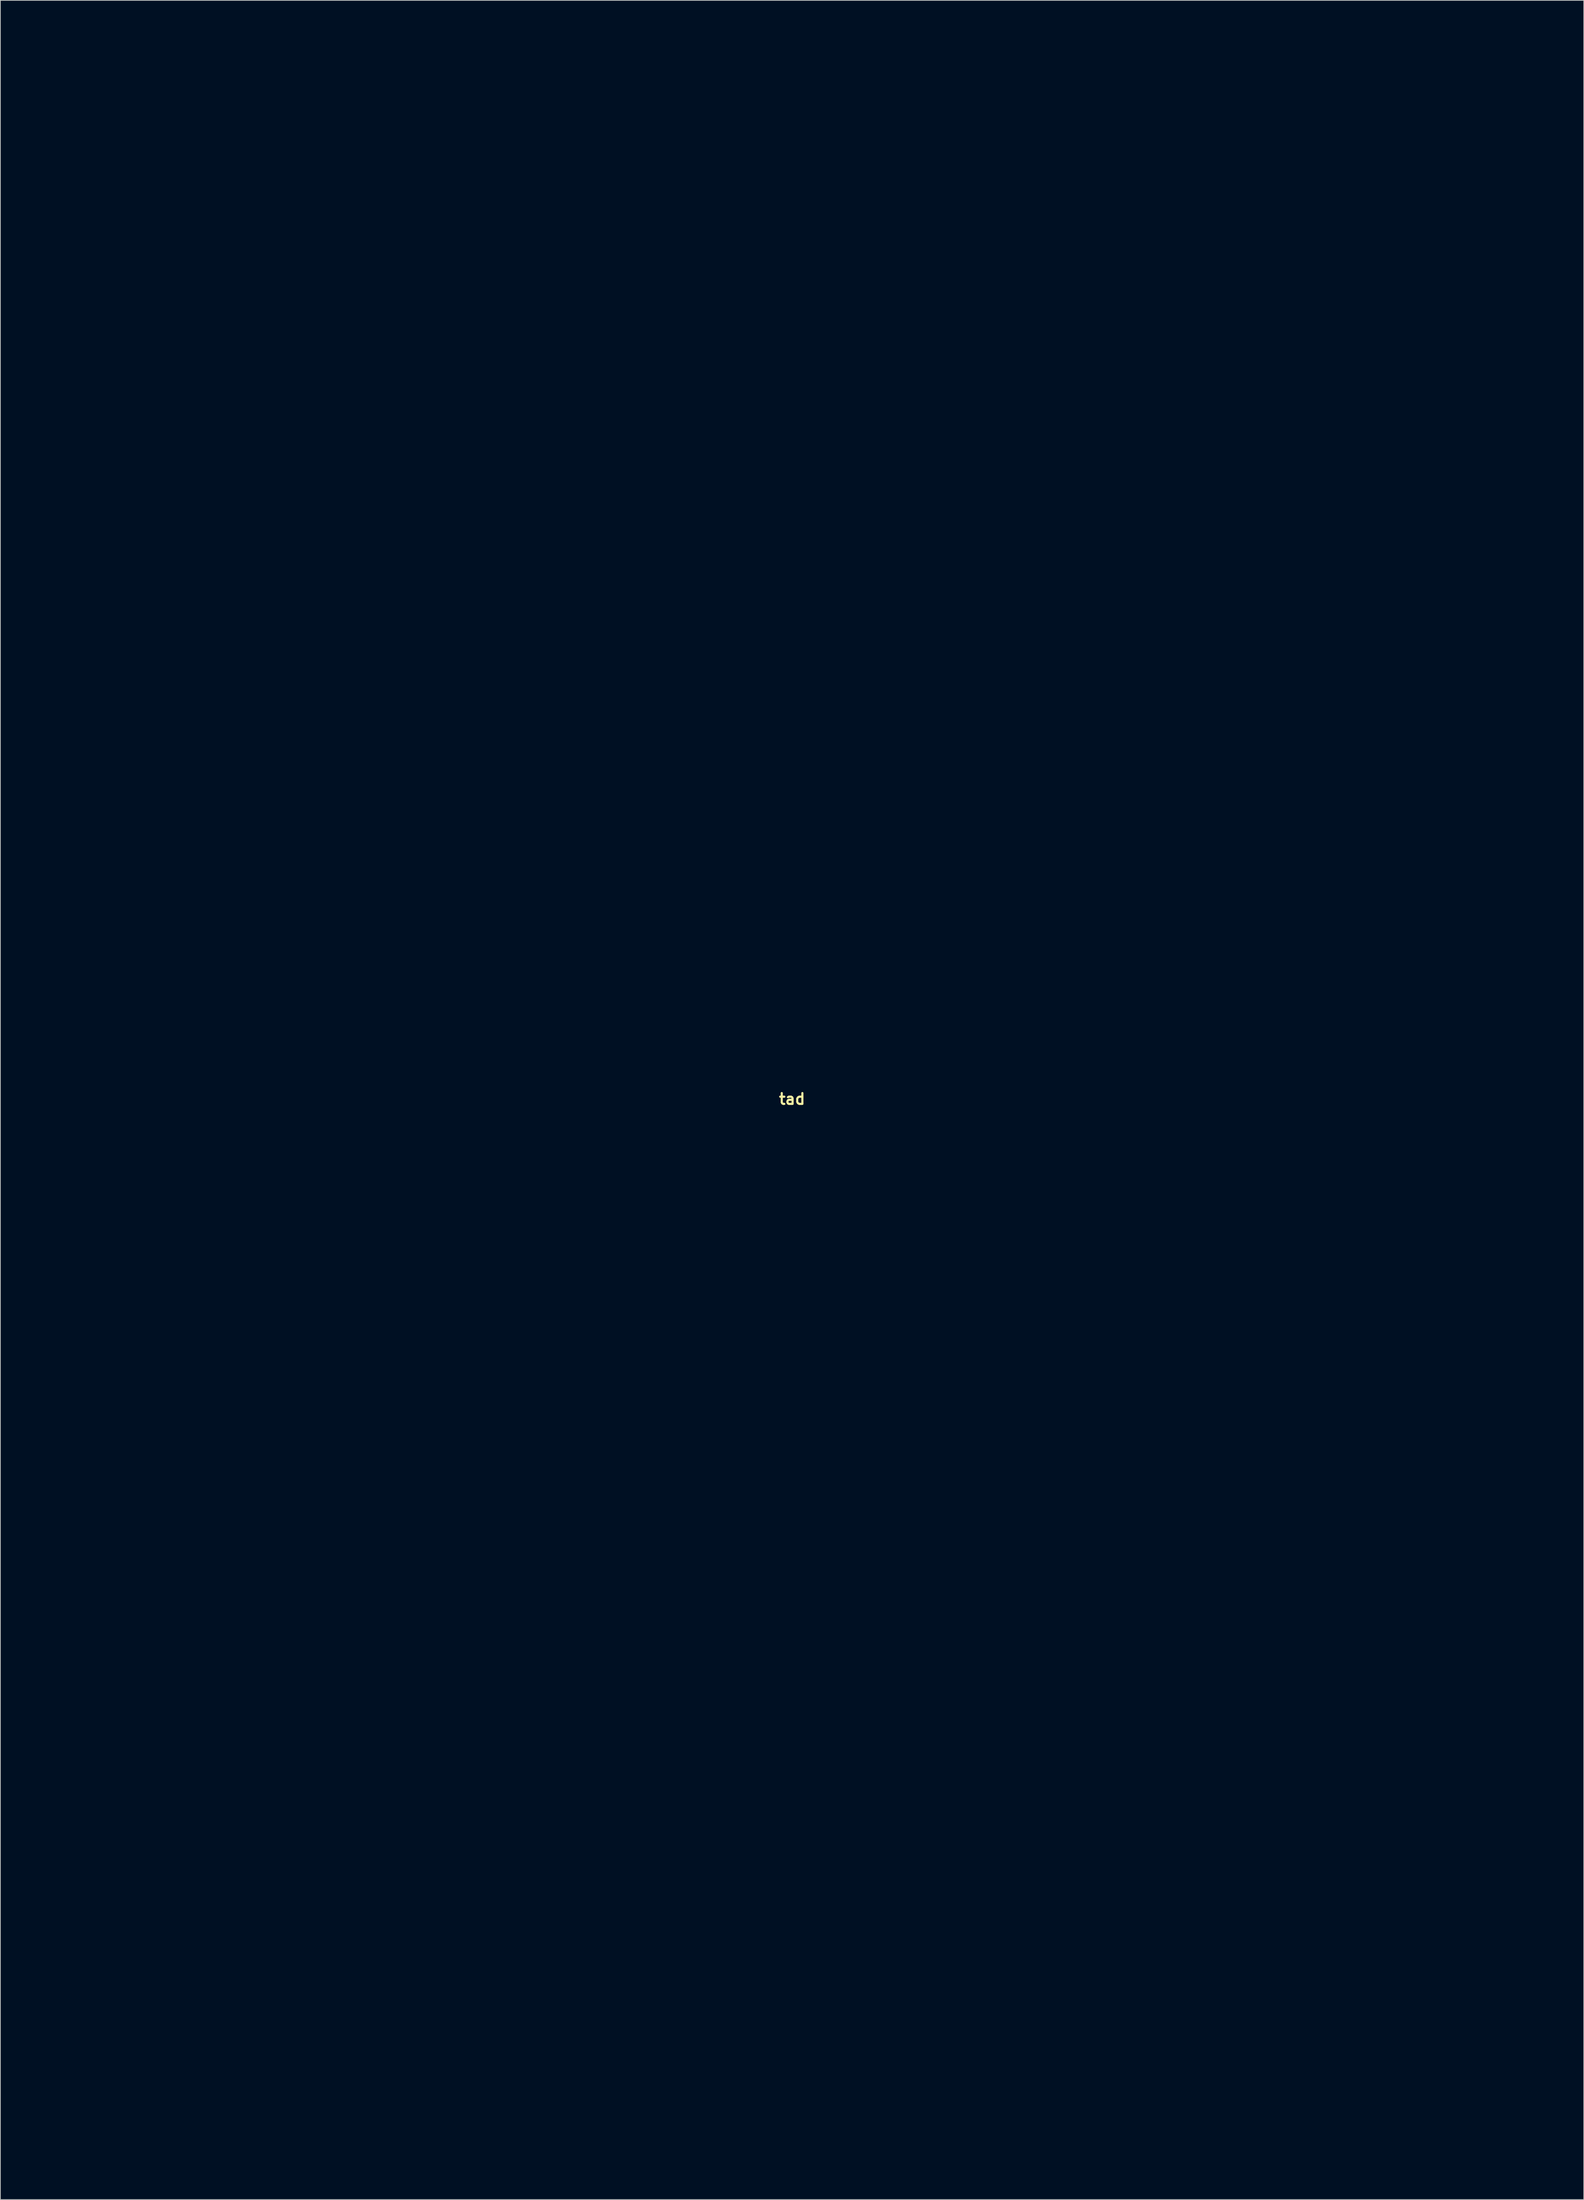
<source format=kicad_pcb>
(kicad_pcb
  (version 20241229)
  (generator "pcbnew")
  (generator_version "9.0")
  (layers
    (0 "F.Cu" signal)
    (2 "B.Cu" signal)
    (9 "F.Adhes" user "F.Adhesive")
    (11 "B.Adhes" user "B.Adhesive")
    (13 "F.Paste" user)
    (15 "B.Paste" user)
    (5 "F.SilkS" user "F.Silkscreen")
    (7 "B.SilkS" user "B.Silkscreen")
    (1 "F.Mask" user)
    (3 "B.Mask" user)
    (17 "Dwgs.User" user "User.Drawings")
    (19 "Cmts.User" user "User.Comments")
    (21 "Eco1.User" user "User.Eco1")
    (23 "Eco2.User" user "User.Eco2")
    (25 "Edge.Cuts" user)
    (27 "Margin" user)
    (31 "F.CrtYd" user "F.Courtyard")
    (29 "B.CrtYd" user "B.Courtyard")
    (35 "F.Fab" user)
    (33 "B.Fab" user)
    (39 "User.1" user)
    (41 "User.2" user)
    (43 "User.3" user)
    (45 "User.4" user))
  (footprint "tad"
    (layer "F.Cu")
    (at 108.478 151.639)
    (property "Reference" "tad" (at 0 0 0) (layer "F.SilkS") (effects (font (size 1.524 1.524) (thickness 0.3))))
    (attr board_only exclude_from_pos_files exclude_from_bom)
    (fp_poly (pts (xy -69.697 -33.791) (xy -69.073 -33.209) (xy -68.775 -32.341) (xy -68.768 -32.22) (xy -68.909 -31.391) (xy -69.236 -30.803) (xy -69.967 -30.366) (xy -70.884 -30.28) (xy -71.759 -30.547) (xy -72.103 -30.804) (xy -72.579 -31.606) (xy -72.538 -32.514) (xy -72.083 -33.335) (xy -71.347 -33.902) (xy -70.503 -34.038)) (stroke (width 0.1) (type solid)) (fill no) (layer "Eco1.User"))
    (fp_poly (pts (xy -64.051 -33.887) (xy -63.584 -33.574) (xy -63.123 -33.004) (xy -62.999 -32.662) (xy -63.271 -32.491) (xy -63.996 -32.431) (xy -64.713 -32.426) (xy -65.7 -32.461) (xy -66.382 -32.556) (xy -66.641 -32.694) (xy -66.641 -32.696) (xy -66.408 -33.195) (xy -65.842 -33.676) (xy -65.141 -33.993) (xy -64.771 -34.047)) (stroke (width 0.1) (type solid)) (fill no) (layer "Eco1.User"))
    (fp_poly (pts (xy -57.882 -33.733) (xy -57.278 -33.192) (xy -56.898 -32.348) (xy -56.961 -31.556) (xy -57.365 -30.891) (xy -58.006 -30.425) (xy -58.781 -30.233) (xy -59.589 -30.386) (xy -60.326 -30.959) (xy -60.355 -30.995) (xy -60.781 -31.812) (xy -60.773 -32.414) (xy -60.333 -33.294) (xy -59.608 -33.828) (xy -58.742 -33.986)) (stroke (width 0.1) (type solid)) (fill no) (layer "Eco1.User"))
    (fp_poly (pts (xy -49.435 -33.819) (xy -48.841 -33.234) (xy -48.525 -32.44) (xy -48.527 -31.584) (xy -48.889 -30.814) (xy -49.27 -30.471) (xy -49.986 -30.266) (xy -50.857 -30.344) (xy -51.6 -30.666) (xy -51.755 -30.803) (xy -52.196 -31.626) (xy -52.193 -32.504) (xy -51.812 -33.294) (xy -51.119 -33.855) (xy -50.266 -34.047)) (stroke (width 0.1) (type solid)) (fill no) (layer "Eco1.User"))
    (fp_poly (pts (xy -33.415 -33.96) (xy -32.637 -33.459) (xy -32.141 -32.626) (xy -32.119 -31.978) (xy -32.343 -31.207) (xy -32.717 -30.595) (xy -32.86 -30.476) (xy -33.613 -30.266) (xy -34.507 -30.352) (xy -35.251 -30.696) (xy -35.372 -30.808) (xy -35.799 -31.616) (xy -35.829 -32.525) (xy -35.471 -33.326) (xy -35.248 -33.548) (xy -34.325 -34.001)) (stroke (width 0.1) (type solid)) (fill no) (layer "Eco1.User"))
    (fp_poly (pts (xy -1.903 -19.676) (xy -1.585 -19.019) (xy -1.121 -17.998) (xy -0.543 -16.685) (xy 0.122 -15.147) (xy 0.844 -13.454) (xy 1.594 -11.676) (xy 2.343 -9.881) (xy 3.063 -8.14) (xy 3.722 -6.522) (xy 4.294 -5.096) (xy 4.748 -3.931) (xy 5.056 -3.097) (xy 5.188 -2.664) (xy 5.191 -2.635) (xy 4.929 -2.581) (xy 4.192 -2.532) (xy 3.051 -2.491) (xy 1.577 -2.459) (xy -0.159 -2.439) (xy -2.046 -2.432) (xy -9.282 -2.432) (xy -8.873 -3.445) (xy -8.671 -3.949) (xy -8.297 -4.883) (xy -7.779 -6.175) (xy -7.147 -7.754) (xy -6.429 -9.547) (xy -5.655 -11.483) (xy -5.393 -12.138) (xy -4.62 -14.051) (xy -3.901 -15.796) (xy -3.262 -17.311) (xy -2.73 -18.532) (xy -2.331 -19.399) (xy -2.093 -19.85) (xy -2.048 -19.9)) (stroke (width 0.1) (type solid)) (fill no) (layer "Eco1.User"))
    (fp_poly (pts (xy 55.573 -22.91) (xy 57.992 -22.724) (xy 60.016 -22.394) (xy 61.713 -21.902) (xy 63.153 -21.232) (xy 64.406 -20.367) (xy 64.814 -20.014) (xy 65.57 -19.245) (xy 66.19 -18.409) (xy 66.687 -17.448) (xy 67.07 -16.305) (xy 67.351 -14.923) (xy 67.541 -13.243) (xy 67.652 -11.209) (xy 67.693 -8.762) (xy 67.677 -5.847) (xy 67.667 -5.189) (xy 67.622 -2.742) (xy 67.561 -0.762) (xy 67.473 0.825) (xy 67.345 2.093) (xy 67.164 3.116) (xy 66.919 3.967) (xy 66.595 4.72) (xy 66.181 5.45) (xy 65.751 6.103) (xy 64.627 7.315) (xy 63.068 8.361) (xy 61.175 9.183) (xy 59.638 9.609) (xy 58.718 9.757) (xy 57.393 9.903) (xy 55.804 10.034) (xy 54.093 10.137) (xy 53.053 10.182) (xy 48.342 10.35) (xy 48.342 -22.968) (xy 52.688 -22.968)) (stroke (width 0.1) (type solid)) (fill no) (layer "Eco1.User"))
    (fp_poly (pts (xy 108.428 151.86) (xy -108.428 151.86) (xy -108.428 -16.213) (xy -73.196 -16.213) (xy -64.456 -16.213) (xy -64.456 -22.968) (xy -54.351 -22.968) (xy -54.351 10.538) (xy -61.725 10.538) (xy -61.725 14.321) (xy -34.959 14.321) (xy -24.581 14.321) (xy -8.467 14.321) (xy -8.467 10.556) (xy -14.426 10.403) (xy -10.788 1.624) (xy -2.032 1.623) (xy 6.724 1.621) (xy 8.483 5.858) (xy 9.069 7.27) (xy 9.584 8.509) (xy 9.99 9.489) (xy 10.252 10.121) (xy 10.333 10.316) (xy 10.116 10.405) (xy 9.459 10.477) (xy 8.466 10.524) (xy 7.397 10.538) (xy 4.37 10.538) (xy 4.37 14.321) (xy 26.492 14.321) (xy 30.862 14.321) (xy 44.723 14.32) (xy 48.108 14.316) (xy 50.994 14.304) (xy 53.432 14.284) (xy 55.468 14.253) (xy 57.152 14.211) (xy 58.531 14.157) (xy 59.655 14.089) (xy 60.572 14.007) (xy 61.261 13.919) (xy 64.676 13.214) (xy 67.909 12.161) (xy 70.864 10.801) (xy 73.442 9.173) (xy 74.015 8.729) (xy 75.947 6.94) (xy 77.561 4.913) (xy 78.97 2.506) (xy 79.075 2.297) (xy 80.148 -0.24) (xy 80.801 -2.758) (xy 81.067 -5.42) (xy 81.035 -7.561) (xy 80.604 -10.849) (xy 79.7 -13.884) (xy 78.338 -16.652) (xy 76.536 -19.135) (xy 74.31 -21.321) (xy 71.677 -23.192) (xy 68.653 -24.734) (xy 65.255 -25.932) (xy 61.5 -26.77) (xy 59.82 -27.011) (xy 59.049 -27.07) (xy 57.793 -27.125) (xy 56.111 -27.174) (xy 54.065 -27.216) (xy 51.715 -27.249) (xy 49.122 -27.274) (xy 46.345 -27.288) (xy 44.184 -27.291) (xy 30.862 -27.291) (xy 30.862 -23.509) (xy 36.052 -23.509) (xy 36.052 10.538) (xy 30.862 10.538) (xy 30.862 14.321) (xy 26.492 14.321) (xy 26.492 10.538) (xy 22.736 10.538) (xy 20.567 5.607) (xy 20.036 4.399) (xy 19.318 2.762) (xy 18.442 0.765) (xy 17.438 -1.525) (xy 16.336 -4.041) (xy 15.164 -6.716) (xy 13.953 -9.48) (xy 12.733 -12.267) (xy 12.278 -13.308) (xy 6.157 -27.291) (xy -4.272 -27.291) (xy -12.554 -8.377) (xy -20.835 10.538) (xy -24.581 10.538) (xy -24.581 14.321) (xy -34.959 14.321) (xy -34.959 10.538) (xy -42.06 10.538) (xy -42.06 -22.968) (xy -32.228 -22.968) (xy -32.228 -16.213) (xy -23.488 -16.213) (xy -23.488 -27.291) (xy -73.196 -27.291) (xy -73.196 -16.213) (xy -108.428 -16.213) (xy -108.428 -31.345) (xy -73.196 -31.345) (xy -73.174 -29.921) (xy -73.112 -28.868) (xy -73.015 -28.247) (xy -72.923 -28.102) (xy -72.761 -28.344) (xy -72.663 -28.956) (xy -72.649 -29.333) (xy -72.636 -30.076) (xy -72.548 -30.375) (xy -72.314 -30.324) (xy -72.042 -30.144) (xy -71.035 -29.725) (xy -70.036 -29.771) (xy -69.163 -30.218) (xy -68.538 -31.003) (xy -68.281 -32.062) (xy -68.281 -32.075) (xy -67.178 -32.075) (xy -66.961 -31.018) (xy -66.37 -30.243) (xy -65.522 -29.801) (xy -64.536 -29.741) (xy -63.531 -30.114) (xy -63.174 -30.376) (xy -62.723 -30.84) (xy -62.57 -31.168) (xy -62.59 -31.209) (xy -62.886 -31.171) (xy -63.341 -30.827) (xy -64.126 -30.38) (xy -65.07 -30.286) (xy -65.932 -30.556) (xy -66.141 -30.711) (xy -66.598 -31.211) (xy -66.637 -31.555) (xy -66.606 -31.571) (xy -61.1 -31.571) (xy -61.099 -31.345) (xy -61.086 -30.19) (xy -61.061 -29.381) (xy -61.027 -28.977) (xy -60.988 -29.037) (xy -60.977 -29.138) (xy -60.878 -29.859) (xy -60.712 -30.147) (xy -60.418 -30.111) (xy -60.411 -30.108) (xy -59.835 -29.941) (xy -59.036 -29.8) (xy -58.932 -29.787) (xy -58.2 -29.776) (xy -57.628 -30.018) (xy -57.055 -30.519) (xy -56.51 -31.136) (xy -56.309 -31.67) (xy -56.354 -32.336) (xy -56.589 -33.14) (xy -56.946 -33.776) (xy -56.971 -33.805) (xy -57.757 -34.317) (xy -55.716 -34.317) (xy -55.495 -34.077) (xy -55.306 -34.047) (xy -55.096 -33.945) (xy -54.97 -33.576) (xy -54.91 -32.843) (xy -54.897 -31.885) (xy -54.865 -30.815) (xy -54.778 -30.062) (xy -54.648 -29.731) (xy -54.624 -29.723) (xy -54.488 -29.976) (xy -54.393 -30.666) (xy -54.351 -31.692) (xy -54.351 -31.885) (xy -54.347 -32.23) (xy -52.757 -32.23) (xy -52.554 -31.229) (xy -52.023 -30.427) (xy -51.256 -29.895) (xy -50.341 -29.706) (xy -49.369 -29.93) (xy -48.742 -30.339) (xy -48.147 -31.152) (xy -47.966 -32.11) (xy -48.161 -33.067) (xy -48.695 -33.876) (xy -49.455 -34.346) (xy -47.249 -34.346) (xy -47.032 -34.051) (xy -46.84 -33.949) (xy -46.617 -33.727) (xy -46.488 -33.205) (xy -46.435 -32.285) (xy -46.43 -31.758) (xy -46.396 -30.734) (xy -46.305 -30.02) (xy -46.171 -29.726) (xy -46.157 -29.723) (xy -46.022 -29.976) (xy -45.982 -30.264) (xy -43.972 -30.264) (xy -43.858 -29.825) (xy -43.699 -29.723) (xy -43.477 -29.95) (xy -43.426 -30.264) (xy -43.54 -30.703) (xy -43.699 -30.804) (xy -43.921 -30.578) (xy -43.972 -30.264) (xy -45.982 -30.264) (xy -45.927 -30.666) (xy -45.885 -31.692) (xy -45.884 -31.885) (xy -45.883 -32.004) (xy -42.101 -32.004) (xy -41.841 -30.996) (xy -41.39 -30.387) (xy -40.508 -29.863) (xy -39.439 -29.716) (xy -38.396 -29.955) (xy -37.925 -30.241) (xy -37.534 -30.658) (xy -37.478 -30.953) (xy -37.484 -30.959) (xy -37.811 -30.956) (xy -38.188 -30.713) (xy -38.934 -30.336) (xy -39.83 -30.268) (xy -40.651 -30.497) (xy -41.089 -30.864) (xy -41.47 -31.778) (xy -41.445 -32.23) (xy -36.37 -32.23) (xy -36.167 -31.229) (xy -35.636 -30.427) (xy -34.869 -29.895) (xy -33.954 -29.706) (xy -32.982 -29.93) (xy -32.354 -30.339) (xy -31.76 -31.152) (xy -31.579 -32.11) (xy -31.664 -32.527) (xy -30.583 -32.527) (xy -30.58 -31.556) (xy -30.536 -30.667) (xy -30.452 -30.007) (xy -30.328 -29.725) (xy -30.316 -29.723) (xy -30.169 -29.969) (xy -30.07 -30.604) (xy -30.043 -31.285) (xy -29.914 -32.627) (xy -29.535 -33.541) (xy -28.924 -33.998) (xy -28.58 -34.047) (xy -27.963 -33.937) (xy -27.575 -33.55) (xy -27.372 -32.804) (xy -27.312 -31.612) (xy -27.312 -31.561) (xy -27.275 -30.611) (xy -27.176 -29.958) (xy -27.039 -29.723) (xy -26.885 -29.967) (xy -26.785 -30.593) (xy -26.762 -31.142) (xy -26.631 -32.507) (xy -26.258 -33.454) (xy -25.661 -33.947) (xy -25.446 -34) (xy -24.778 -33.976) (xy -24.346 -33.633) (xy -24.112 -32.903) (xy -24.035 -31.718) (xy -24.034 -31.582) (xy -23.998 -30.624) (xy -23.9 -29.964) (xy -23.761 -29.723) (xy -23.623 -29.975) (xy -23.527 -30.654) (xy -23.488 -31.65) (xy -23.488 -31.735) (xy -23.507 -32.798) (xy -23.587 -33.461) (xy -23.764 -33.865) (xy -24.072 -34.15) (xy -24.095 -34.167) (xy -25.05 -34.553) (xy -25.99 -34.423) (xy -26.365 -34.209) (xy -26.844 -33.968) (xy -27.296 -34.117) (xy -27.434 -34.209) (xy -28.268 -34.548) (xy -29.079 -34.487) (xy -29.476 -34.249) (xy -29.8 -34.048) (xy -29.964 -34.251) (xy -30.222 -34.47) (xy -30.339 -34.438) (xy -30.464 -34.116) (xy -30.545 -33.43) (xy -30.583 -32.527) (xy -31.664 -32.527) (xy -31.774 -33.067) (xy -32.308 -33.876) (xy -33.142 -34.392) (xy -33.422 -34.463) (xy -34.353 -34.457) (xy -35.263 -34.17) (xy -35.948 -33.683) (xy -36.155 -33.359) (xy -36.37 -32.23) (xy -41.445 -32.23) (xy -41.42 -32.684) (xy -41 -33.45) (xy -40.271 -33.94) (xy -39.636 -34.047) (xy -38.942 -33.914) (xy -38.51 -33.641) (xy -38.009 -33.301) (xy -37.725 -33.245) (xy -37.535 -33.343) (xy -37.761 -33.658) (xy -38.047 -33.92) (xy -39.03 -34.481) (xy -40.053 -34.506) (xy -41.083 -33.996) (xy -41.22 -33.888) (xy -41.892 -33.017) (xy -42.101 -32.004) (xy -45.883 -32.004) (xy -45.872 -32.962) (xy -45.82 -33.608) (xy -45.699 -33.93) (xy -45.482 -34.039) (xy -45.338 -34.047) (xy -44.894 -34.16) (xy -44.791 -34.317) (xy -45.02 -34.537) (xy -45.338 -34.587) (xy -45.791 -34.767) (xy -45.884 -35.018) (xy -45.655 -35.427) (xy -45.338 -35.59) (xy -44.928 -35.803) (xy -44.775 -36.066) (xy -44.972 -36.208) (xy -45.004 -36.209) (xy -45.48 -36.028) (xy -46.011 -35.615) (xy -46.378 -35.157) (xy -46.43 -34.977) (xy -46.649 -34.632) (xy -46.84 -34.587) (xy -47.203 -34.457) (xy -47.249 -34.346) (xy -49.455 -34.346) (xy -49.529 -34.392) (xy -49.809 -34.463) (xy -50.74 -34.457) (xy -51.65 -34.17) (xy -52.335 -33.683) (xy -52.542 -33.359) (xy -52.757 -32.23) (xy -54.347 -32.23) (xy -54.339 -32.962) (xy -54.287 -33.608) (xy -54.165 -33.93) (xy -53.948 -34.039) (xy -53.804 -34.047) (xy -53.36 -34.16) (xy -53.258 -34.317) (xy -53.487 -34.537) (xy -53.804 -34.587) (xy -54.272 -34.708) (xy -54.265 -35.029) (xy -53.788 -35.486) (xy -53.752 -35.511) (xy -53.373 -35.871) (xy -53.334 -36.104) (xy -53.673 -36.113) (xy -54.174 -35.847) (xy -54.644 -35.445) (xy -54.891 -35.043) (xy -54.897 -34.986) (xy -55.116 -34.634) (xy -55.306 -34.587) (xy -55.67 -34.441) (xy -55.716 -34.317) (xy -57.757 -34.317) (xy -57.763 -34.321) (xy -58.754 -34.51) (xy -59.7 -34.34) (xy -59.941 -34.212) (xy -60.52 -33.865) (xy -60.807 -33.835) (xy -60.957 -34.128) (xy -60.99 -34.249) (xy -61.036 -34.18) (xy -61.071 -33.655) (xy -61.094 -32.757) (xy -61.1 -31.571) (xy -66.606 -31.571) (xy -66.224 -31.767) (xy -65.326 -31.868) (xy -64.426 -31.885) (xy -62.212 -31.885) (xy -62.399 -32.628) (xy -62.888 -33.666) (xy -63.736 -34.298) (xy -64.328 -34.472) (xy -65.475 -34.453) (xy -66.386 -33.985) (xy -66.98 -33.134) (xy -67.178 -32.075) (xy -68.281 -32.075) (xy -68.28 -32.143) (xy -68.504 -33.251) (xy -69.111 -34.046) (xy -69.999 -34.465) (xy -71.069 -34.45) (xy -71.722 -34.223) (xy -72.331 -33.964) (xy -72.595 -33.963) (xy -72.649 -34.186) (xy -72.798 -34.543) (xy -72.923 -34.587) (xy -73.042 -34.328) (xy -73.131 -33.59) (xy -73.183 -32.436) (xy -73.196 -31.345) (xy -108.428 -31.345) (xy -108.428 -151.589) (xy 108.428 -151.589)) (stroke (width 0.1) (type solid)) (fill no) (layer "Eco1.User")))
  (gr_rect
    (start -3 -3)
    (end 219.956 306.549)
    (stroke (width 0.1) (type default))
    (fill no)
    (layer "Edge.Cuts")))
</source>
